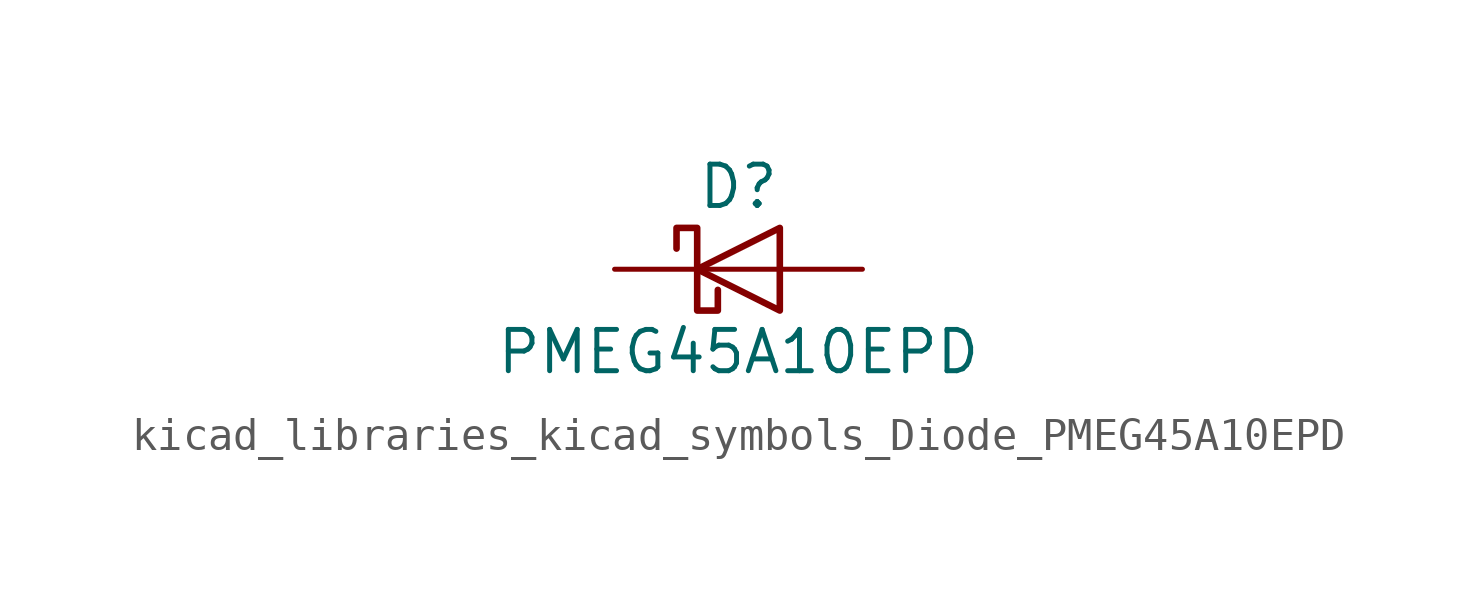
<source format=kicad_sym>
(kicad_symbol_lib
  (version 20220914)
  (generator kicad_symbol_editor)
  (symbol "kicad_libraries_kicad_symbols_Diode_PMEG45A10EPD"
    (pin_numbers hide)
    (pin_names hide)
    (property "Reference" "D"
      (at 0 2.54 0)
      (effects (font (size 1.27 1.27))))
    (property "Value" "PMEG45A10EPD"
      (at 0 -2.54 0)
      (effects (font (size 1.27 1.27))))
    (symbol "kicad_libraries_kicad_symbols_Diode_PMEG45A10EPD_0_1"
      (polyline (pts (xy 1.27 0) (xy -1.27 0)) (stroke (width 0) (type default)) (fill (type none)))
      (polyline (pts (xy 1.27 1.27) (xy 1.27 -1.27) (xy -1.27 0) (xy 1.27 1.27)) (stroke (width 0.203) (type default)) (fill (type none)))
      (polyline (pts (xy -1.905 0.635) (xy -1.905 1.27) (xy -1.27 1.27) (xy -1.27 -1.27) (xy -0.635 -1.27) (xy -0.635 -0.635)) (stroke (width 0.203) (type default)) (fill (type none))))
    (symbol "kicad_libraries_kicad_symbols_Diode_PMEG45A10EPD_1_1"
      (pin passive line (at 3.81 0 180) (length 2.54) (name "A" (effects (font (size 1.27 1.27)))) (number "1" (effects (font (size 1.27 1.27)))))
      (pin passive line (at 3.81 0 180) (length 2.54) hide (name "A" (effects (font (size 1.27 1.27)))) (number "2" (effects (font (size 1.27 1.27)))))
      (pin passive line (at -3.81 0 0) (length 2.54) (name "K" (effects (font (size 1.27 1.27)))) (number "3" (effects (font (size 1.27 1.27))))))))
</source>
